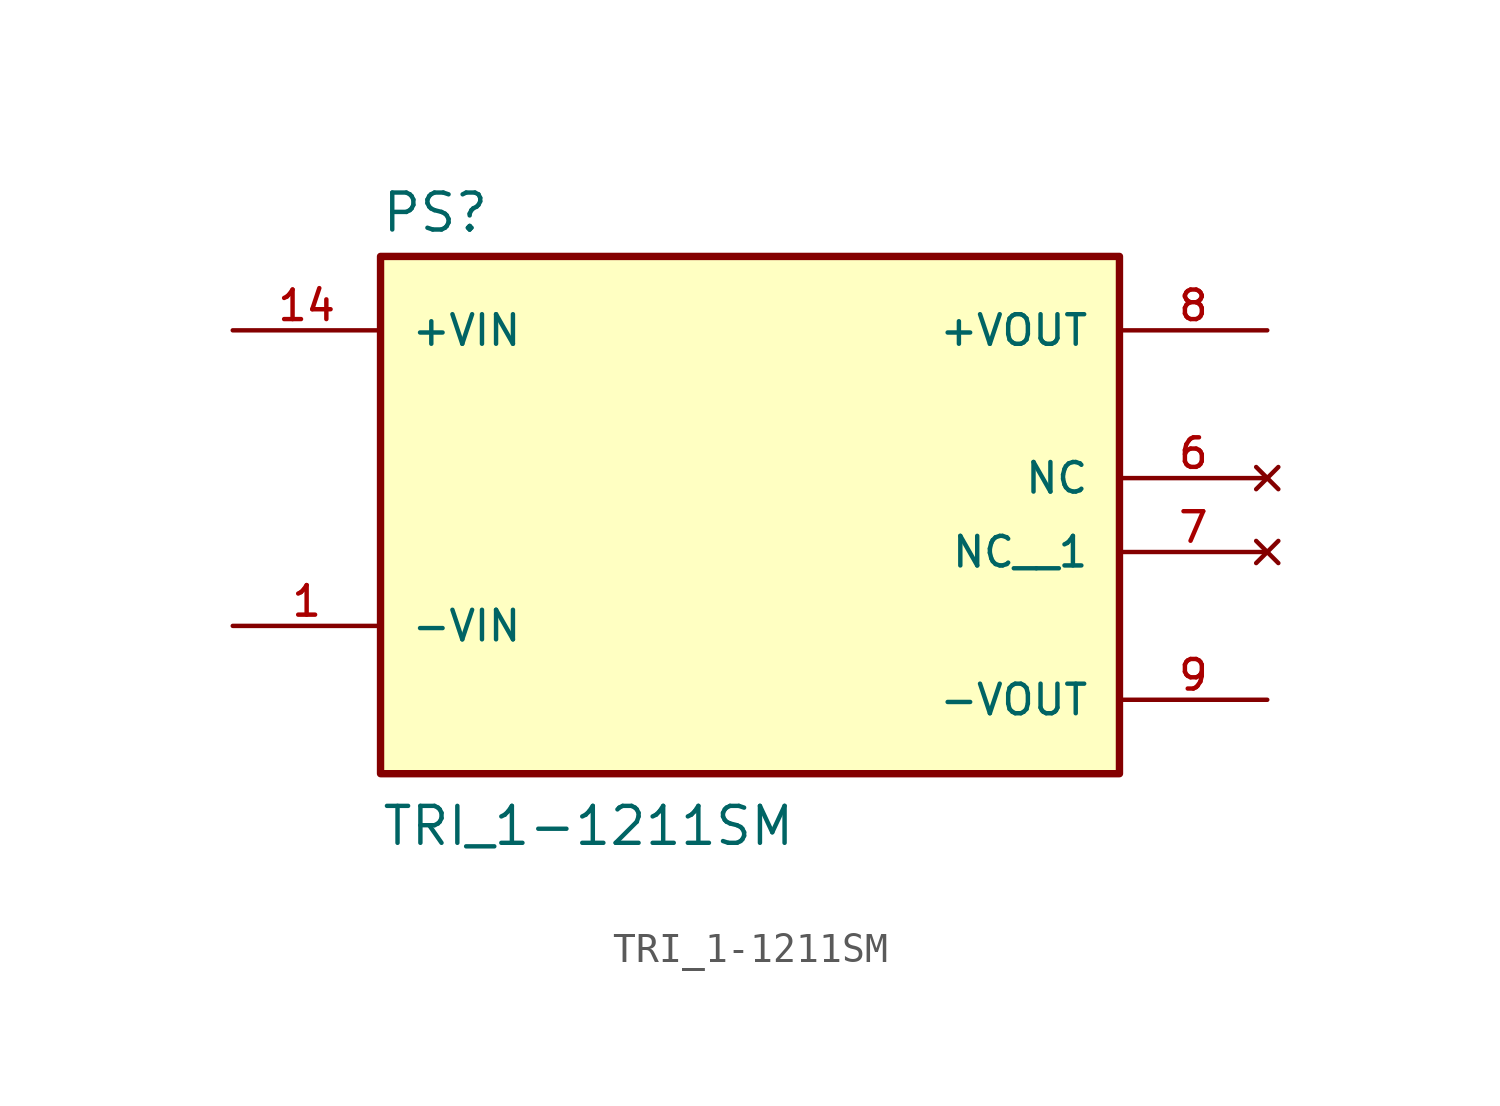
<source format=kicad_sym>
(kicad_symbol_lib
  (version 20211014)
  (generator kicad_symbol_editor)
  (symbol "TRI_1-1211SM"
    (pin_names
      (offset 1.016))
    (property "Reference" "PS"
      (at -12.7 8.382 0)
      (effects (font (size 1.27 1.27)) (justify bottom left)))
    (property "Value" "TRI_1-1211SM"
      (at -12.7 -12.7 0)
      (effects (font (size 1.27 1.27)) (justify bottom left)))
    (symbol "TRI_1-1211SM_0_0"
      (rectangle (start -12.7 -10.16) (end 12.7 7.62) (stroke (width 0.254)) (fill (type background)))
      (pin input line (at -17.78 -5.08 0) (length 5.08) (name "-VIN" (effects (font (size 1.016 1.016)))) (number "1" (effects (font (size 1.016 1.016)))))
      (pin input line (at -17.78 5.08 0) (length 5.08) (name "+VIN" (effects (font (size 1.016 1.016)))) (number "14" (effects (font (size 1.016 1.016)))))
      (pin output line (at 17.78 -7.62 180.0) (length 5.08) (name "-VOUT" (effects (font (size 1.016 1.016)))) (number "9" (effects (font (size 1.016 1.016)))))
      (pin output line (at 17.78 5.08 180.0) (length 5.08) (name "+VOUT" (effects (font (size 1.016 1.016)))) (number "8" (effects (font (size 1.016 1.016)))))
      (pin no_connect line (at 17.78 0.0 180.0) (length 5.08) (name "NC" (effects (font (size 1.016 1.016)))) (number "6" (effects (font (size 1.016 1.016)))))
      (pin no_connect line (at 17.78 -2.54 180.0) (length 5.08) (name "NC__1" (effects (font (size 1.016 1.016)))) (number "7" (effects (font (size 1.016 1.016))))))))
</source>
